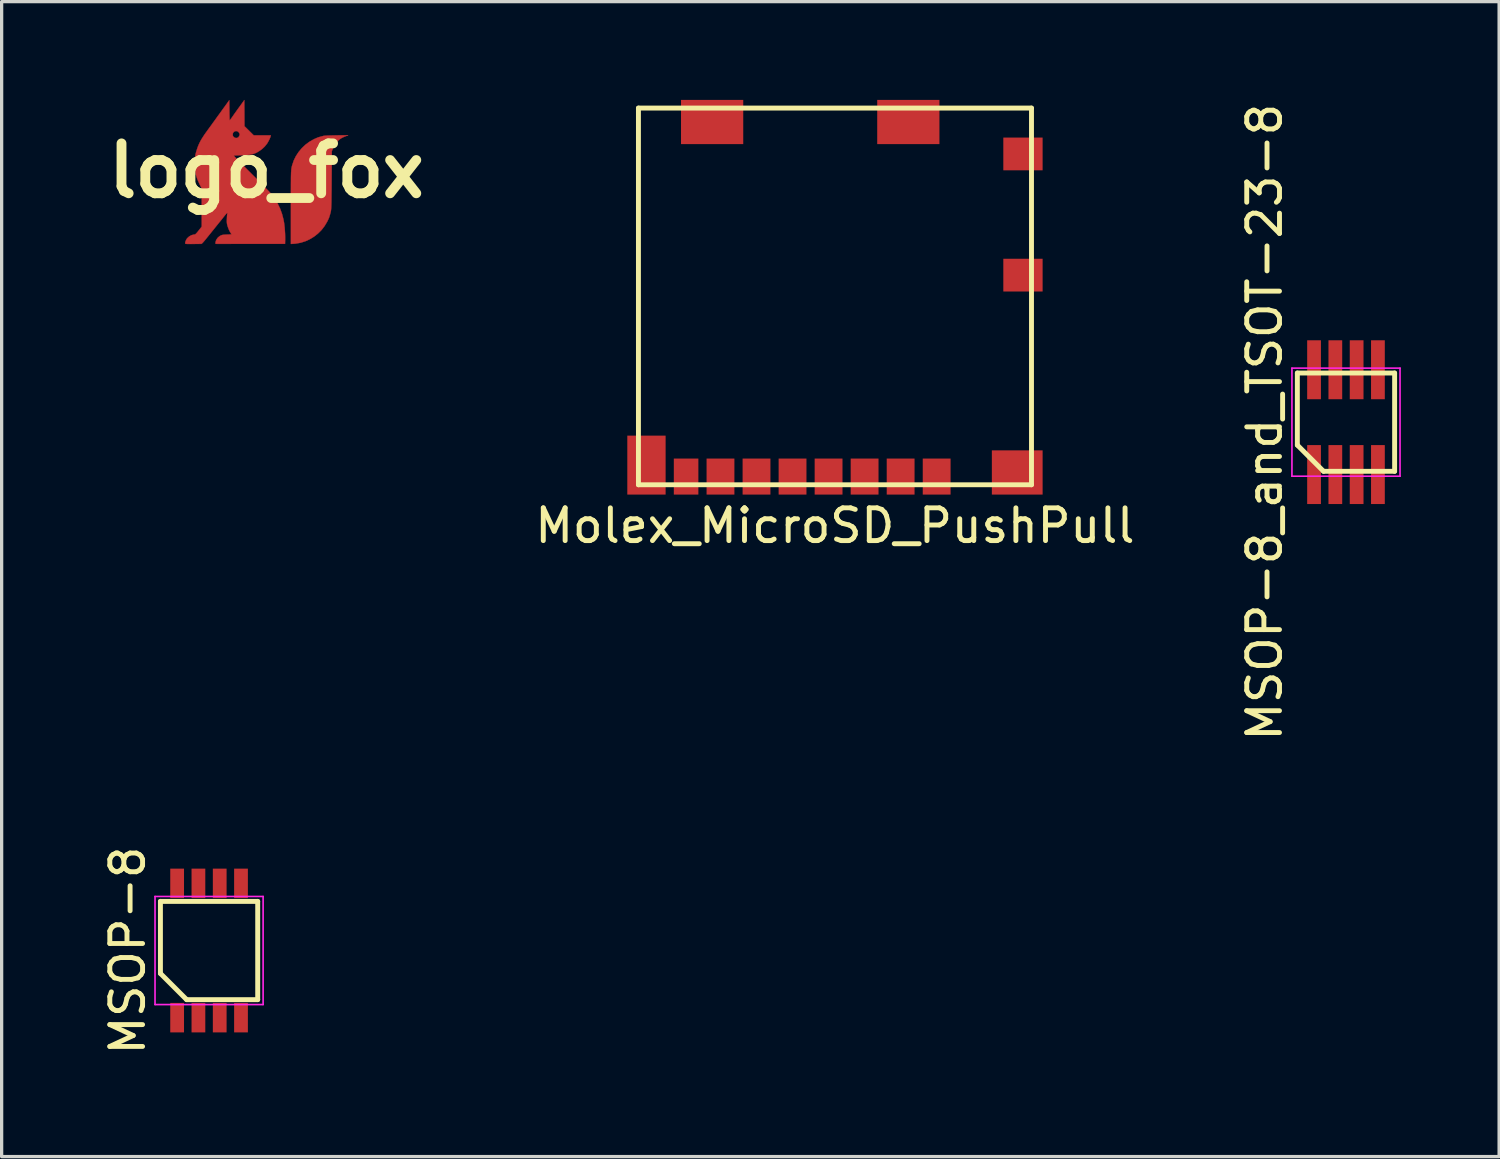
<source format=kicad_pcb>
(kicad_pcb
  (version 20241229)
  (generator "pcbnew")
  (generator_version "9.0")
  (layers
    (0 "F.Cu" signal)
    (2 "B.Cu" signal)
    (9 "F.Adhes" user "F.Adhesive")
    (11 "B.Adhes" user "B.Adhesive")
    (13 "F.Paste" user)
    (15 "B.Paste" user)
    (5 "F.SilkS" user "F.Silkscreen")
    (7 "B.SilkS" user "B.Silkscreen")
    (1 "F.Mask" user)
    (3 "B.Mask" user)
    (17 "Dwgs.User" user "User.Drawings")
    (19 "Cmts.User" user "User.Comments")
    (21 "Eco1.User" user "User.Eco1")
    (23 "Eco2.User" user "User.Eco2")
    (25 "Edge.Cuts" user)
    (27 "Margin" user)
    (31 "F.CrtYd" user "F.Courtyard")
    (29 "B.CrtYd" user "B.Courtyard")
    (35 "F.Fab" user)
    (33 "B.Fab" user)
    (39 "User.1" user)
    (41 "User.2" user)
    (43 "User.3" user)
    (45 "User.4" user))
  (footprint "MSOP-8_and_TSOT-23-8"
    (layer "F.Cu")
    (at 38.044 9.839)
    (property "Reference" "MSOP-8_and_TSOT-23-8" (at -2.485 0 90) (layer "F.SilkS") (effects (font (size 1 1) (thickness 0.15))))
    (attr smd)
    (fp_line (start -1.485 -1.5) (end 1.485 -1.5) (stroke (width 0.15) (type solid)) (layer "F.SilkS"))
    (fp_line (start -1.485 0.7) (end -1.485 -1.5) (stroke (width 0.15) (type solid)) (layer "F.SilkS"))
    (fp_line (start -0.685 1.5) (end -1.485 0.7) (stroke (width 0.15) (type solid)) (layer "F.SilkS"))
    (fp_line (start 1.485 -1.5) (end 1.485 1.5) (stroke (width 0.15) (type solid)) (layer "F.SilkS"))
    (fp_line (start 1.485 1.5) (end -0.685 1.5) (stroke (width 0.15) (type solid)) (layer "F.SilkS"))
    (fp_line (start -1.65 -1.65) (end 1.65 -1.65) (stroke (width 0.05) (type solid)) (layer "F.CrtYd"))
    (fp_line (start -1.65 1.65) (end -1.65 -1.65) (stroke (width 0.05) (type solid)) (layer "F.CrtYd"))
    (fp_line (start 1.65 -1.65) (end 1.65 1.65) (stroke (width 0.05) (type solid)) (layer "F.CrtYd"))
    (fp_line (start 1.65 1.65) (end -1.65 1.65) (stroke (width 0.05) (type solid)) (layer "F.CrtYd"))
    (pad "1" smd rect (at -0.975 1.6) (size 0.42 1.8) (layers "F.Cu" "F.Mask" "F.Paste"))
    (pad "2" smd rect (at -0.325 1.6) (size 0.42 1.8) (layers "F.Cu" "F.Mask" "F.Paste"))
    (pad "3" smd rect (at 0.325 1.6) (size 0.42 1.8) (layers "F.Cu" "F.Mask" "F.Paste"))
    (pad "4" smd rect (at 0.975 1.6) (size 0.42 1.8) (layers "F.Cu" "F.Mask" "F.Paste"))
    (pad "5" smd rect (at 0.975 -1.6) (size 0.42 1.8) (layers "F.Cu" "F.Mask" "F.Paste"))
    (pad "6" smd rect (at 0.325 -1.6) (size 0.42 1.8) (layers "F.Cu" "F.Mask" "F.Paste"))
    (pad "7" smd rect (at -0.325 -1.6) (size 0.42 1.8) (layers "F.Cu" "F.Mask" "F.Paste"))
    (pad "8" smd rect (at -0.975 -1.6) (size 0.42 1.8) (layers "F.Cu" "F.Mask" "F.Paste")))
  (footprint "MSOP-8"
    (layer "F.Cu")
    (at 3.333 25.97)
    (property "Reference" "MSOP-8" (at -2.485 0 90) (layer "F.SilkS") (effects (font (size 1 1) (thickness 0.15))))
    (attr smd)
    (fp_line (start -1.485 -1.5) (end 1.485 -1.5) (stroke (width 0.15) (type solid)) (layer "F.SilkS"))
    (fp_line (start -1.485 0.7) (end -1.485 -1.5) (stroke (width 0.15) (type solid)) (layer "F.SilkS"))
    (fp_line (start -0.685 1.5) (end -1.485 0.7) (stroke (width 0.15) (type solid)) (layer "F.SilkS"))
    (fp_line (start 1.485 -1.5) (end 1.485 1.5) (stroke (width 0.15) (type solid)) (layer "F.SilkS"))
    (fp_line (start 1.485 1.5) (end -0.685 1.5) (stroke (width 0.15) (type solid)) (layer "F.SilkS"))
    (fp_line (start -1.65 -1.65) (end 1.65 -1.65) (stroke (width 0.05) (type solid)) (layer "F.CrtYd"))
    (fp_line (start -1.65 1.65) (end -1.65 -1.65) (stroke (width 0.05) (type solid)) (layer "F.CrtYd"))
    (fp_line (start 1.65 -1.65) (end 1.65 1.65) (stroke (width 0.05) (type solid)) (layer "F.CrtYd"))
    (fp_line (start 1.65 1.65) (end -1.65 1.65) (stroke (width 0.05) (type solid)) (layer "F.CrtYd"))
    (pad "1" smd rect (at -0.975 2.05) (size 0.42 0.9) (layers "F.Cu" "F.Mask" "F.Paste"))
    (pad "2" smd rect (at -0.325 2.05) (size 0.42 0.9) (layers "F.Cu" "F.Mask" "F.Paste"))
    (pad "3" smd rect (at 0.325 2.05) (size 0.42 0.9) (layers "F.Cu" "F.Mask" "F.Paste"))
    (pad "4" smd rect (at 0.975 2.05) (size 0.42 0.9) (layers "F.Cu" "F.Mask" "F.Paste"))
    (pad "5" smd rect (at 0.975 -2.05) (size 0.42 0.9) (layers "F.Cu" "F.Mask" "F.Paste"))
    (pad "6" smd rect (at 0.325 -2.05) (size 0.42 0.9) (layers "F.Cu" "F.Mask" "F.Paste"))
    (pad "7" smd rect (at -0.325 -2.05) (size 0.42 0.9) (layers "F.Cu" "F.Mask" "F.Paste"))
    (pad "8" smd rect (at -0.975 -2.05) (size 0.42 0.9) (layers "F.Cu" "F.Mask" "F.Paste")))
  (footprint "Molex_MicroSD_PushPull"
    (layer "F.Cu")
    (at 22.442 11.5)
    (property "Reference" "Molex_MicroSD_PushPull" (at 0 1.5 0) (layer "F.SilkS") (effects (font (size 1 1) (thickness 0.15))))
    (attr smd)
    (fp_line (start -6 -11.25) (end -6 0.25) (stroke (width 0.15) (type solid)) (layer "F.SilkS"))
    (fp_line (start -6 0.25) (end 6 0.25) (stroke (width 0.15) (type solid)) (layer "F.SilkS"))
    (fp_line (start 6 -11.25) (end -6 -11.25) (stroke (width 0.15) (type solid)) (layer "F.SilkS"))
    (fp_line (start 6 0.25) (end 6 -11.25) (stroke (width 0.15) (type solid)) (layer "F.SilkS"))
    (pad "" smd rect (at -5.755 -0.35) (size 1.17 1.8) (layers "F.Cu" "F.Mask" "F.Paste"))
    (pad "" smd rect (at -3.75 -10.825) (size 1.9 1.35) (layers "F.Cu" "F.Mask" "F.Paste"))
    (pad "" smd rect (at 2.24 -10.825) (size 1.9 1.35) (layers "F.Cu" "F.Mask" "F.Paste"))
    (pad "" smd rect (at 5.565 -0.125) (size 1.55 1.35) (layers "F.Cu" "F.Mask" "F.Paste"))
    (pad "1" smd rect (at 3.105 0) (size 0.85 1.1) (layers "F.Cu" "F.Mask" "F.Paste"))
    (pad "2" smd rect (at 2.005 0) (size 0.85 1.1) (layers "F.Cu" "F.Mask" "F.Paste"))
    (pad "3" smd rect (at 0.905 0) (size 0.85 1.1) (layers "F.Cu" "F.Mask" "F.Paste"))
    (pad "4" smd rect (at -0.195 0) (size 0.85 1.1) (layers "F.Cu" "F.Mask" "F.Paste"))
    (pad "5" smd rect (at -1.295 0) (size 0.85 1.1) (layers "F.Cu" "F.Mask" "F.Paste"))
    (pad "6" smd rect (at -2.395 0) (size 0.85 1.1) (layers "F.Cu" "F.Mask" "F.Paste"))
    (pad "7" smd rect (at -3.495 0) (size 0.85 1.1) (layers "F.Cu" "F.Mask" "F.Paste"))
    (pad "8" smd rect (at -4.545 0) (size 0.75 1.1) (layers "F.Cu" "F.Mask" "F.Paste"))
    (pad "9" smd rect (at 5.74 -6.15) (size 1.2 1) (layers "F.Cu" "F.Mask" "F.Paste"))
    (pad "10" smd rect (at 5.74 -9.85) (size 1.2 1) (layers "F.Cu" "F.Mask" "F.Paste")))
  (footprint "logo_fox"
    (layer "F.Cu")
    (at 5.087 2.162)
    (property "Reference" "logo_fox" (at 0 0 0) (layer "F.SilkS") (effects (font (size 1.524 1.524) (thickness 0.3))))
    (attr through_hole)
    (fp_poly (pts (xy 2.39 -1.082) (xy 2.443 -1.081) (xy 2.476 -1.08) (xy 2.492 -1.077) (xy 2.489 -1.073) (xy 2.468 -1.069) (xy 2.461 -1.067) (xy 2.433 -1.06) (xy 2.394 -1.045) (xy 2.35 -1.026) (xy 2.327 -1.015) (xy 2.274 -0.986) (xy 2.231 -0.956) (xy 2.19 -0.92) (xy 2.166 -0.895) (xy 2.123 -0.846) (xy 2.089 -0.802) (xy 2.061 -0.754) (xy 2.034 -0.696) (xy 2.021 -0.663) (xy 1.994 -0.597) (xy 1.988 0.286) (xy 1.987 0.442) (xy 1.986 0.58) (xy 1.984 0.701) (xy 1.983 0.805) (xy 1.982 0.895) (xy 1.981 0.971) (xy 1.979 1.036) (xy 1.977 1.09) (xy 1.975 1.136) (xy 1.972 1.174) (xy 1.969 1.205) (xy 1.965 1.233) (xy 1.96 1.257) (xy 1.955 1.279) (xy 1.949 1.3) (xy 1.944 1.32) (xy 1.932 1.36) (xy 1.92 1.399) (xy 1.917 1.412) (xy 1.907 1.438) (xy 1.89 1.477) (xy 1.869 1.521) (xy 1.853 1.554) (xy 1.774 1.687) (xy 1.68 1.809) (xy 1.572 1.917) (xy 1.453 2.011) (xy 1.324 2.09) (xy 1.187 2.153) (xy 1.044 2.198) (xy 0.896 2.225) (xy 0.844 2.23) (xy 0.744 2.236) (xy 0.744 1.121) (xy 0.744 0.944) (xy 0.744 0.786) (xy 0.744 0.646) (xy 0.745 0.523) (xy 0.745 0.416) (xy 0.746 0.322) (xy 0.746 0.241) (xy 0.747 0.172) (xy 0.749 0.113) (xy 0.75 0.063) (xy 0.753 0.021) (xy 0.755 -0.014) (xy 0.758 -0.045) (xy 0.761 -0.071) (xy 0.765 -0.094) (xy 0.77 -0.116) (xy 0.775 -0.138) (xy 0.781 -0.16) (xy 0.785 -0.173) (xy 0.831 -0.311) (xy 0.896 -0.444) (xy 0.978 -0.569) (xy 1.074 -0.685) (xy 1.182 -0.789) (xy 1.302 -0.879) (xy 1.43 -0.953) (xy 1.463 -0.969) (xy 1.51 -0.99) (xy 1.542 -1.004) (xy 1.567 -1.014) (xy 1.587 -1.021) (xy 1.61 -1.028) (xy 1.631 -1.034) (xy 1.672 -1.045) (xy 1.712 -1.056) (xy 1.728 -1.061) (xy 1.753 -1.065) (xy 1.797 -1.069) (xy 1.861 -1.073) (xy 1.943 -1.076) (xy 2.044 -1.078) (xy 2.116 -1.08) (xy 2.227 -1.082) (xy 2.318 -1.082) (xy 2.39 -1.082)) (stroke (width 0.01) (type solid)) (fill yes) (layer "F.Cu"))
    (fp_poly (pts (xy -0.675 -1.758) (xy -0.673 -1.36) (xy -0.391 -1.081) (xy 0.133 -1.081) (xy 0.126 -1.053) (xy 0.113 -1.012) (xy 0.09 -0.961) (xy 0.062 -0.905) (xy 0.031 -0.851) (xy 0.017 -0.828) (xy -0.057 -0.736) (xy -0.146 -0.654) (xy -0.21 -0.609) (xy -0.271 -0.571) (xy -0.328 -0.541) (xy -0.385 -0.518) (xy -0.444 -0.501) (xy -0.51 -0.488) (xy -0.586 -0.48) (xy -0.676 -0.475) (xy -0.76 -0.472) (xy -0.826 -0.471) (xy -0.886 -0.469) (xy -0.936 -0.467) (xy -0.974 -0.465) (xy -0.995 -0.463) (xy -0.999 -0.463) (xy -0.994 -0.455) (xy -0.976 -0.433) (xy -0.944 -0.398) (xy -0.898 -0.349) (xy -0.839 -0.288) (xy -0.767 -0.215) (xy -0.682 -0.13) (xy -0.586 -0.033) (xy -0.477 0.074) (xy -0.467 0.085) (xy -0.378 0.174) (xy -0.291 0.261) (xy -0.208 0.344) (xy -0.131 0.421) (xy -0.061 0.493) (xy 0.001 0.557) (xy 0.054 0.611) (xy 0.096 0.656) (xy 0.126 0.688) (xy 0.142 0.707) (xy 0.251 0.856) (xy 0.342 1.006) (xy 0.415 1.158) (xy 0.473 1.318) (xy 0.517 1.487) (xy 0.534 1.575) (xy 0.544 1.65) (xy 0.554 1.738) (xy 0.561 1.834) (xy 0.567 1.931) (xy 0.569 2.023) (xy 0.569 2.104) (xy 0.569 2.108) (xy 0.566 2.233) (xy -0.484 2.233) (xy -0.629 2.233) (xy -0.768 2.233) (xy -0.901 2.233) (xy -1.024 2.233) (xy -1.138 2.234) (xy -1.241 2.234) (xy -1.332 2.234) (xy -1.408 2.234) (xy -1.47 2.234) (xy -1.514 2.234) (xy -1.541 2.233) (xy -1.549 2.233) (xy -1.557 2.225) (xy -1.559 2.202) (xy -1.554 2.171) (xy -1.544 2.136) (xy -1.529 2.103) (xy -1.525 2.096) (xy -1.483 2.039) (xy -1.429 1.996) (xy -1.392 1.976) (xy -1.367 1.966) (xy -1.34 1.959) (xy -1.307 1.955) (xy -1.263 1.952) (xy -1.206 1.949) (xy -1.156 1.948) (xy -1.114 1.945) (xy -1.085 1.943) (xy -1.071 1.941) (xy -1.071 1.94) (xy -1.076 1.93) (xy -1.089 1.91) (xy -1.09 1.908) (xy -1.125 1.85) (xy -1.157 1.781) (xy -1.184 1.707) (xy -1.193 1.677) (xy -1.203 1.637) (xy -1.209 1.601) (xy -1.212 1.561) (xy -1.212 1.512) (xy -1.21 1.468) (xy -1.208 1.417) (xy -1.205 1.37) (xy -1.201 1.334) (xy -1.198 1.313) (xy -1.198 1.313) (xy -1.195 1.293) (xy -1.199 1.287) (xy -1.213 1.297) (xy -1.236 1.322) (xy -1.27 1.363) (xy -1.271 1.364) (xy -1.294 1.393) (xy -1.328 1.436) (xy -1.369 1.488) (xy -1.416 1.546) (xy -1.467 1.608) (xy -1.514 1.667) (xy -1.57 1.737) (xy -1.631 1.813) (xy -1.693 1.89) (xy -1.752 1.963) (xy -1.804 2.028) (xy -1.832 2.062) (xy -1.882 2.124) (xy -1.921 2.17) (xy -1.951 2.203) (xy -1.972 2.223) (xy -1.987 2.233) (xy -1.991 2.234) (xy -2.008 2.234) (xy -2.041 2.234) (xy -2.089 2.235) (xy -2.147 2.235) (xy -2.213 2.236) (xy -2.246 2.236) (xy -2.322 2.237) (xy -2.381 2.236) (xy -2.424 2.236) (xy -2.453 2.234) (xy -2.471 2.231) (xy -2.481 2.227) (xy -2.483 2.224) (xy -2.484 2.2) (xy -2.476 2.165) (xy -2.46 2.126) (xy -2.44 2.087) (xy -2.421 2.061) (xy -2.363 2.008) (xy -2.296 1.97) (xy -2.224 1.95) (xy -2.19 1.947) (xy -2.177 1.942) (xy -2.158 1.927) (xy -2.132 1.899) (xy -2.097 1.858) (xy -2.073 1.827) (xy -1.978 1.708) (xy -1.978 0.543) (xy -2.042 0.417) (xy -2.11 0.265) (xy -2.159 0.116) (xy -2.188 -0.032) (xy -2.198 -0.182) (xy -2.193 -0.311) (xy -2.185 -0.393) (xy -2.175 -0.461) (xy -2.162 -0.524) (xy -2.144 -0.589) (xy -2.125 -0.649) (xy -2.101 -0.721) (xy -2.074 -0.788) (xy -2.044 -0.853) (xy -2.01 -0.919) (xy -1.969 -0.988) (xy -1.92 -1.064) (xy -1.896 -1.099) (xy -1.033 -1.099) (xy -1.024 -1.058) (xy -0.999 -1.027) (xy -0.965 -1.006) (xy -0.926 -0.998) (xy -0.887 -1.006) (xy -0.865 -1.018) (xy -0.845 -1.041) (xy -0.829 -1.071) (xy -0.828 -1.074) (xy -0.82 -1.102) (xy -0.823 -1.125) (xy -0.832 -1.148) (xy -0.858 -1.184) (xy -0.892 -1.205) (xy -0.93 -1.211) (xy -0.967 -1.204) (xy -0.999 -1.184) (xy -1.023 -1.152) (xy -1.033 -1.11) (xy -1.033 -1.099) (xy -1.896 -1.099) (xy -1.861 -1.15) (xy -1.792 -1.246) (xy -1.75 -1.304) (xy -1.697 -1.376) (xy -1.638 -1.459) (xy -1.573 -1.548) (xy -1.506 -1.642) (xy -1.437 -1.736) (xy -1.371 -1.829) (xy -1.308 -1.916) (xy -1.251 -1.994) (xy -1.234 -2.018) (xy -1.137 -2.153) (xy -1.134 -1.846) (xy -1.133 -1.77) (xy -1.132 -1.7) (xy -1.13 -1.64) (xy -1.129 -1.592) (xy -1.127 -1.558) (xy -1.125 -1.541) (xy -1.124 -1.54) (xy -1.116 -1.548) (xy -1.098 -1.57) (xy -1.075 -1.601) (xy -1.05 -1.636) (xy -1.025 -1.672) (xy -0.991 -1.721) (xy -0.95 -1.779) (xy -0.905 -1.842) (xy -0.858 -1.907) (xy -0.831 -1.944) (xy -0.678 -2.157) (xy -0.675 -1.758)) (stroke (width 0.01) (type solid)) (fill yes) (layer "F.Cu"))
    (fp_poly (pts (xy 2.39 -1.082) (xy 2.443 -1.081) (xy 2.476 -1.08) (xy 2.492 -1.077) (xy 2.489 -1.073) (xy 2.468 -1.069) (xy 2.461 -1.067) (xy 2.433 -1.06) (xy 2.394 -1.045) (xy 2.35 -1.026) (xy 2.327 -1.015) (xy 2.274 -0.986) (xy 2.231 -0.956) (xy 2.19 -0.92) (xy 2.166 -0.895) (xy 2.123 -0.846) (xy 2.089 -0.802) (xy 2.061 -0.754) (xy 2.034 -0.696) (xy 2.021 -0.663) (xy 1.994 -0.597) (xy 1.988 0.286) (xy 1.987 0.442) (xy 1.986 0.58) (xy 1.984 0.701) (xy 1.983 0.805) (xy 1.982 0.895) (xy 1.981 0.971) (xy 1.979 1.036) (xy 1.977 1.09) (xy 1.975 1.136) (xy 1.972 1.174) (xy 1.969 1.205) (xy 1.965 1.233) (xy 1.96 1.257) (xy 1.955 1.279) (xy 1.949 1.3) (xy 1.944 1.32) (xy 1.932 1.36) (xy 1.92 1.399) (xy 1.917 1.412) (xy 1.907 1.438) (xy 1.89 1.477) (xy 1.869 1.521) (xy 1.853 1.554) (xy 1.774 1.687) (xy 1.68 1.809) (xy 1.572 1.917) (xy 1.453 2.011) (xy 1.324 2.09) (xy 1.187 2.153) (xy 1.044 2.198) (xy 0.896 2.225) (xy 0.844 2.23) (xy 0.744 2.236) (xy 0.744 1.121) (xy 0.744 0.944) (xy 0.744 0.786) (xy 0.744 0.646) (xy 0.745 0.523) (xy 0.745 0.416) (xy 0.746 0.322) (xy 0.746 0.241) (xy 0.747 0.172) (xy 0.749 0.113) (xy 0.75 0.063) (xy 0.753 0.021) (xy 0.755 -0.014) (xy 0.758 -0.045) (xy 0.761 -0.071) (xy 0.765 -0.094) (xy 0.77 -0.116) (xy 0.775 -0.138) (xy 0.781 -0.16) (xy 0.785 -0.173) (xy 0.831 -0.311) (xy 0.896 -0.444) (xy 0.978 -0.569) (xy 1.074 -0.685) (xy 1.182 -0.789) (xy 1.302 -0.879) (xy 1.43 -0.953) (xy 1.463 -0.969) (xy 1.51 -0.99) (xy 1.542 -1.004) (xy 1.567 -1.014) (xy 1.587 -1.021) (xy 1.61 -1.028) (xy 1.631 -1.034) (xy 1.672 -1.045) (xy 1.712 -1.056) (xy 1.728 -1.061) (xy 1.753 -1.065) (xy 1.797 -1.069) (xy 1.861 -1.073) (xy 1.943 -1.076) (xy 2.044 -1.078) (xy 2.116 -1.08) (xy 2.227 -1.082) (xy 2.318 -1.082) (xy 2.39 -1.082)) (stroke (width 0.01) (type solid)) (fill yes) (layer "F.Mask"))
    (fp_poly (pts (xy -0.675 -1.758) (xy -0.673 -1.36) (xy -0.391 -1.081) (xy 0.133 -1.081) (xy 0.126 -1.053) (xy 0.113 -1.012) (xy 0.09 -0.961) (xy 0.062 -0.905) (xy 0.031 -0.851) (xy 0.017 -0.828) (xy -0.057 -0.736) (xy -0.146 -0.654) (xy -0.21 -0.609) (xy -0.271 -0.571) (xy -0.328 -0.541) (xy -0.385 -0.518) (xy -0.444 -0.501) (xy -0.51 -0.488) (xy -0.586 -0.48) (xy -0.676 -0.475) (xy -0.76 -0.472) (xy -0.826 -0.471) (xy -0.886 -0.469) (xy -0.936 -0.467) (xy -0.974 -0.465) (xy -0.995 -0.463) (xy -0.999 -0.463) (xy -0.994 -0.455) (xy -0.976 -0.433) (xy -0.944 -0.398) (xy -0.898 -0.349) (xy -0.839 -0.288) (xy -0.767 -0.215) (xy -0.682 -0.13) (xy -0.586 -0.033) (xy -0.477 0.074) (xy -0.467 0.085) (xy -0.378 0.174) (xy -0.291 0.261) (xy -0.208 0.344) (xy -0.131 0.421) (xy -0.061 0.493) (xy 0.001 0.557) (xy 0.054 0.611) (xy 0.096 0.656) (xy 0.126 0.688) (xy 0.142 0.707) (xy 0.251 0.856) (xy 0.342 1.006) (xy 0.415 1.158) (xy 0.473 1.318) (xy 0.517 1.487) (xy 0.534 1.575) (xy 0.544 1.65) (xy 0.554 1.738) (xy 0.561 1.834) (xy 0.567 1.931) (xy 0.569 2.023) (xy 0.569 2.104) (xy 0.569 2.108) (xy 0.566 2.233) (xy -0.484 2.233) (xy -0.629 2.233) (xy -0.768 2.233) (xy -0.901 2.233) (xy -1.024 2.233) (xy -1.138 2.234) (xy -1.241 2.234) (xy -1.332 2.234) (xy -1.408 2.234) (xy -1.47 2.234) (xy -1.514 2.234) (xy -1.541 2.233) (xy -1.549 2.233) (xy -1.557 2.225) (xy -1.559 2.202) (xy -1.554 2.171) (xy -1.544 2.136) (xy -1.529 2.103) (xy -1.525 2.096) (xy -1.483 2.039) (xy -1.429 1.996) (xy -1.392 1.976) (xy -1.367 1.966) (xy -1.34 1.959) (xy -1.307 1.955) (xy -1.263 1.952) (xy -1.206 1.949) (xy -1.156 1.948) (xy -1.114 1.945) (xy -1.085 1.943) (xy -1.071 1.941) (xy -1.071 1.94) (xy -1.076 1.93) (xy -1.089 1.91) (xy -1.09 1.908) (xy -1.125 1.85) (xy -1.157 1.781) (xy -1.184 1.707) (xy -1.193 1.677) (xy -1.203 1.637) (xy -1.209 1.601) (xy -1.212 1.561) (xy -1.212 1.512) (xy -1.21 1.468) (xy -1.208 1.417) (xy -1.205 1.37) (xy -1.201 1.334) (xy -1.198 1.313) (xy -1.198 1.313) (xy -1.195 1.293) (xy -1.199 1.287) (xy -1.213 1.297) (xy -1.236 1.322) (xy -1.27 1.363) (xy -1.271 1.364) (xy -1.294 1.393) (xy -1.328 1.436) (xy -1.369 1.488) (xy -1.416 1.546) (xy -1.467 1.608) (xy -1.514 1.667) (xy -1.57 1.737) (xy -1.631 1.813) (xy -1.693 1.89) (xy -1.752 1.963) (xy -1.804 2.028) (xy -1.832 2.062) (xy -1.882 2.124) (xy -1.921 2.17) (xy -1.951 2.203) (xy -1.972 2.223) (xy -1.987 2.233) (xy -1.991 2.234) (xy -2.008 2.234) (xy -2.041 2.234) (xy -2.089 2.235) (xy -2.147 2.235) (xy -2.213 2.236) (xy -2.246 2.236) (xy -2.322 2.237) (xy -2.381 2.236) (xy -2.424 2.236) (xy -2.453 2.234) (xy -2.471 2.231) (xy -2.481 2.227) (xy -2.483 2.224) (xy -2.484 2.2) (xy -2.476 2.165) (xy -2.46 2.126) (xy -2.44 2.087) (xy -2.421 2.061) (xy -2.363 2.008) (xy -2.296 1.97) (xy -2.224 1.95) (xy -2.19 1.947) (xy -2.177 1.942) (xy -2.158 1.927) (xy -2.132 1.899) (xy -2.097 1.858) (xy -2.073 1.827) (xy -1.978 1.708) (xy -1.978 0.543) (xy -2.042 0.417) (xy -2.11 0.265) (xy -2.159 0.116) (xy -2.188 -0.032) (xy -2.198 -0.182) (xy -2.193 -0.311) (xy -2.185 -0.393) (xy -2.175 -0.461) (xy -2.162 -0.524) (xy -2.144 -0.589) (xy -2.125 -0.649) (xy -2.101 -0.721) (xy -2.074 -0.788) (xy -2.044 -0.853) (xy -2.01 -0.919) (xy -1.969 -0.988) (xy -1.92 -1.064) (xy -1.896 -1.099) (xy -1.033 -1.099) (xy -1.024 -1.058) (xy -0.999 -1.027) (xy -0.965 -1.006) (xy -0.926 -0.998) (xy -0.887 -1.006) (xy -0.865 -1.018) (xy -0.845 -1.041) (xy -0.829 -1.071) (xy -0.828 -1.074) (xy -0.82 -1.102) (xy -0.823 -1.125) (xy -0.832 -1.148) (xy -0.858 -1.184) (xy -0.892 -1.205) (xy -0.93 -1.211) (xy -0.967 -1.204) (xy -0.999 -1.184) (xy -1.023 -1.152) (xy -1.033 -1.11) (xy -1.033 -1.099) (xy -1.896 -1.099) (xy -1.861 -1.15) (xy -1.792 -1.246) (xy -1.75 -1.304) (xy -1.697 -1.376) (xy -1.638 -1.459) (xy -1.573 -1.548) (xy -1.506 -1.642) (xy -1.437 -1.736) (xy -1.371 -1.829) (xy -1.308 -1.916) (xy -1.251 -1.994) (xy -1.234 -2.018) (xy -1.137 -2.153) (xy -1.134 -1.846) (xy -1.133 -1.77) (xy -1.132 -1.7) (xy -1.13 -1.64) (xy -1.129 -1.592) (xy -1.127 -1.558) (xy -1.125 -1.541) (xy -1.124 -1.54) (xy -1.116 -1.548) (xy -1.098 -1.57) (xy -1.075 -1.601) (xy -1.05 -1.636) (xy -1.025 -1.672) (xy -0.991 -1.721) (xy -0.95 -1.779) (xy -0.905 -1.842) (xy -0.858 -1.907) (xy -0.831 -1.944) (xy -0.678 -2.157) (xy -0.675 -1.758)) (stroke (width 0.01) (type solid)) (fill yes) (layer "F.Mask")))
  (gr_rect
    (start -3 -3)
    (end 42.719 32.262)
    (stroke (width 0.1) (type default))
    (fill no)
    (layer "Edge.Cuts")))
</source>
